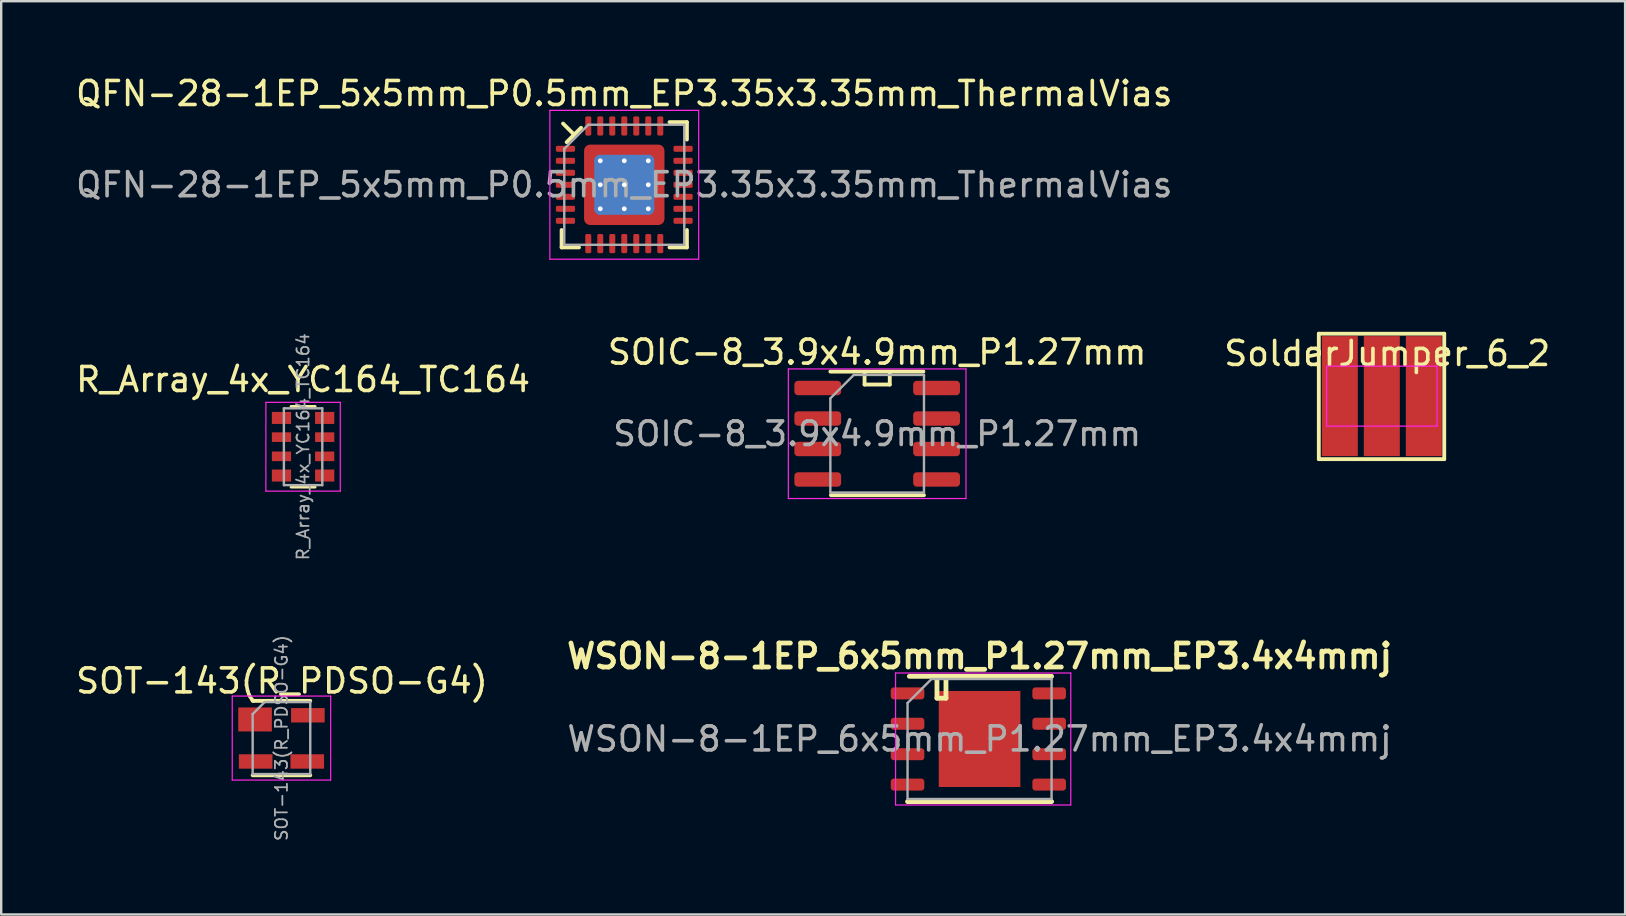
<source format=kicad_pcb>
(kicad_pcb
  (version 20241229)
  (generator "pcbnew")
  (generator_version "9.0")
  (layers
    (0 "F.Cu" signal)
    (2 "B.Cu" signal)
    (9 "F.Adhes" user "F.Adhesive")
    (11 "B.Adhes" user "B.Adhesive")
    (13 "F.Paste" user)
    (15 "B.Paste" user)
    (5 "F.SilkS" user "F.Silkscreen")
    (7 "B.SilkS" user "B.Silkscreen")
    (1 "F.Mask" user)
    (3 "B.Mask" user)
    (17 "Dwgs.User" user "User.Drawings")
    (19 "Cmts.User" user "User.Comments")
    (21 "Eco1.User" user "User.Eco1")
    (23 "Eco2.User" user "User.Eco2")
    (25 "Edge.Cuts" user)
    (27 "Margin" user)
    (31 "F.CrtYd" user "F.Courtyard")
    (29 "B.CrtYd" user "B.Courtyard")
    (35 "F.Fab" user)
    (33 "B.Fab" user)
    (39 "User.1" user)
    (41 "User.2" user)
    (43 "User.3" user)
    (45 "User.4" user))
  (footprint "SOIC-8_3.9x4.9mm_P1.27mm"
    (layer "F.Cu")
    (at 33.494 15.021)
    (property "Reference" "SOIC-8_3.9x4.9mm_P1.27mm" (at 0 -3.4 0) (layer "F.SilkS") (effects (font (size 1 1) (thickness 0.15))))
    (attr smd)
    (fp_line (start -1.95 -2.59) (end 1.925 -2.59) (stroke (width 0.16) (type solid)) (layer "F.SilkS"))
    (fp_line (start -1.925 2.56) (end 1.95 2.56) (stroke (width 0.16) (type solid)) (layer "F.SilkS"))
    (fp_line (start -0.525 -2.575) (end -0.525 -2.05) (stroke (width 0.16) (type solid)) (layer "F.SilkS"))
    (fp_line (start -0.525 -2.05) (end 0.525 -2.05) (stroke (width 0.16) (type solid)) (layer "F.SilkS"))
    (fp_line (start 0.525 -2.05) (end 0.525 -2.575) (stroke (width 0.16) (type solid)) (layer "F.SilkS"))
    (fp_line (start -3.7 -2.7) (end -3.7 2.7) (stroke (width 0.05) (type solid)) (layer "F.CrtYd"))
    (fp_line (start -3.7 2.7) (end 3.7 2.7) (stroke (width 0.05) (type solid)) (layer "F.CrtYd"))
    (fp_line (start 3.7 -2.7) (end -3.7 -2.7) (stroke (width 0.05) (type solid)) (layer "F.CrtYd"))
    (fp_line (start 3.7 2.7) (end 3.7 -2.7) (stroke (width 0.05) (type solid)) (layer "F.CrtYd"))
    (fp_line (start -1.95 -1.475) (end -0.975 -2.45) (stroke (width 0.1) (type solid)) (layer "F.Fab"))
    (fp_line (start -1.95 2.45) (end -1.95 -1.475) (stroke (width 0.1) (type solid)) (layer "F.Fab"))
    (fp_line (start -0.975 -2.45) (end 1.95 -2.45) (stroke (width 0.1) (type solid)) (layer "F.Fab"))
    (fp_line (start 1.95 -2.45) (end 1.95 2.45) (stroke (width 0.1) (type solid)) (layer "F.Fab"))
    (fp_line (start 1.95 2.45) (end -1.95 2.45) (stroke (width 0.1) (type solid)) (layer "F.Fab"))
    (fp_text user "${REFERENCE}" (at 0 0 0) (layer "F.Fab") (effects (font (size 0.98 0.98) (thickness 0.15))))
    (pad "1" smd roundrect (at -2.475 -1.905) (size 1.95 0.6) (layers "F.Cu" "F.Mask" "F.Paste") (roundrect_rratio 0.25))
    (pad "2" smd roundrect (at -2.475 -0.635) (size 1.95 0.6) (layers "F.Cu" "F.Mask" "F.Paste") (roundrect_rratio 0.25))
    (pad "3" smd roundrect (at -2.475 0.635) (size 1.95 0.6) (layers "F.Cu" "F.Mask" "F.Paste") (roundrect_rratio 0.25))
    (pad "4" smd roundrect (at -2.475 1.905) (size 1.95 0.6) (layers "F.Cu" "F.Mask" "F.Paste") (roundrect_rratio 0.25))
    (pad "5" smd roundrect (at 2.475 1.905) (size 1.95 0.6) (layers "F.Cu" "F.Mask" "F.Paste") (roundrect_rratio 0.25))
    (pad "6" smd roundrect (at 2.475 0.635) (size 1.95 0.6) (layers "F.Cu" "F.Mask" "F.Paste") (roundrect_rratio 0.25))
    (pad "7" smd roundrect (at 2.475 -0.635) (size 1.95 0.6) (layers "F.Cu" "F.Mask" "F.Paste") (roundrect_rratio 0.25))
    (pad "8" smd roundrect (at 2.475 -1.905) (size 1.95 0.6) (layers "F.Cu" "F.Mask" "F.Paste") (roundrect_rratio 0.25)))
  (footprint "WSON-8-1EP_6x5mm_P1.27mm_EP3.4x4mmj"
    (layer "F.Cu")
    (at 37.76 27.737)
    (property "Reference" "WSON-8-1EP_6x5mm_P1.27mm_EP3.4x4mmj" (at 0 -3.45 0) (layer "F.SilkS") (effects (font (size 1 1) (thickness 0.2))))
    (attr smd)
    (fp_line (start -3 2.61) (end 3 2.61) (stroke (width 0.2) (type solid)) (layer "F.SilkS"))
    (fp_line (start -2.925 -2.61) (end 3 -2.61) (stroke (width 0.2) (type solid)) (layer "F.SilkS"))
    (fp_line (start -1.775 -2.575) (end -1.775 -1.7) (stroke (width 0.2) (type solid)) (layer "F.SilkS"))
    (fp_line (start -1.775 -1.7) (end -1.4 -1.7) (stroke (width 0.2) (type solid)) (layer "F.SilkS"))
    (fp_line (start -1.4 -1.7) (end -1.4 -2.575) (stroke (width 0.2) (type solid)) (layer "F.SilkS"))
    (fp_line (start -3.5 -2.75) (end -3.5 2.75) (stroke (width 0.05) (type solid)) (layer "F.CrtYd"))
    (fp_line (start -3.5 2.75) (end 3.8 2.75) (stroke (width 0.05) (type solid)) (layer "F.CrtYd"))
    (fp_line (start 3.8 -2.75) (end -3.5 -2.75) (stroke (width 0.05) (type solid)) (layer "F.CrtYd"))
    (fp_line (start 3.8 2.75) (end 3.8 -2.75) (stroke (width 0.05) (type solid)) (layer "F.CrtYd"))
    (fp_line (start -3 -1.5) (end -2 -2.5) (stroke (width 0.1) (type solid)) (layer "F.Fab"))
    (fp_line (start -3 2.5) (end -3 -1.5) (stroke (width 0.1) (type solid)) (layer "F.Fab"))
    (fp_line (start -2 -2.5) (end 3 -2.5) (stroke (width 0.1) (type solid)) (layer "F.Fab"))
    (fp_line (start 3 -2.5) (end 3 2.5) (stroke (width 0.1) (type solid)) (layer "F.Fab"))
    (fp_line (start 3 2.5) (end -3 2.5) (stroke (width 0.1) (type solid)) (layer "F.Fab"))
    (fp_text user "${REFERENCE}" (at 0 0 0) (layer "F.Fab") (effects (font (size 1 1) (thickness 0.15))))
    (pad "" smd roundrect (at -0.85 -1) (size 1.37 1.61) (layers "F.Paste") (roundrect_rratio 0.182))
    (pad "" smd roundrect (at -0.85 1) (size 1.37 1.61) (layers "F.Paste") (roundrect_rratio 0.182))
    (pad "" smd roundrect (at 0.85 -1) (size 1.37 1.61) (layers "F.Paste") (roundrect_rratio 0.182))
    (pad "" smd roundrect (at 0.85 1) (size 1.37 1.61) (layers "F.Paste") (roundrect_rratio 0.182))
    (pad "1" smd roundrect (at -3 -1.9) (size 1.4 0.5) (layers "F.Cu" "F.Mask" "F.Paste") (roundrect_rratio 0.25))
    (pad "2" smd roundrect (at -3 -0.635) (size 1.4 0.5) (layers "F.Cu" "F.Mask" "F.Paste") (roundrect_rratio 0.25))
    (pad "3" smd roundrect (at -3 0.635) (size 1.4 0.5) (layers "F.Cu" "F.Mask" "F.Paste") (roundrect_rratio 0.25))
    (pad "4" smd roundrect (at -3 1.9) (size 1.4 0.5) (layers "F.Cu" "F.Mask" "F.Paste") (roundrect_rratio 0.25))
    (pad "5" smd roundrect (at 2.9 1.9) (size 1.4 0.5) (layers "F.Cu" "F.Mask" "F.Paste") (roundrect_rratio 0.25))
    (pad "6" smd roundrect (at 2.9 0.635) (size 1.4 0.5) (layers "F.Cu" "F.Mask" "F.Paste") (roundrect_rratio 0.25))
    (pad "7" smd roundrect (at 2.9 -0.635) (size 1.4 0.5) (layers "F.Cu" "F.Mask" "F.Paste") (roundrect_rratio 0.25))
    (pad "8" smd roundrect (at 2.9 -1.9) (size 1.4 0.5) (layers "F.Cu" "F.Mask" "F.Paste") (roundrect_rratio 0.25))
    (pad "9" smd rect (at 0 0) (size 3.4 4) (layers "F.Cu" "F.Mask")))
  (footprint "R_Array_4x_YC164_TC164"
    (layer "F.Cu")
    (at 9.577 15.562)
    (property "Reference" "R_Array_4x_YC164_TC164" (at 0 -2.8 0) (layer "F.SilkS") (effects (font (size 1 1) (thickness 0.15))))
    (attr smd)
    (fp_line (start 0.5 -1.68) (end -0.5 -1.68) (stroke (width 0.12) (type solid)) (layer "F.SilkS"))
    (fp_line (start 0.5 1.68) (end -0.5 1.68) (stroke (width 0.12) (type solid)) (layer "F.SilkS"))
    (fp_line (start -1.55 -1.85) (end -1.55 1.85) (stroke (width 0.05) (type solid)) (layer "F.CrtYd"))
    (fp_line (start -1.55 -1.85) (end 1.55 -1.85) (stroke (width 0.05) (type solid)) (layer "F.CrtYd"))
    (fp_line (start 1.55 1.85) (end -1.55 1.85) (stroke (width 0.05) (type solid)) (layer "F.CrtYd"))
    (fp_line (start 1.55 1.85) (end 1.55 -1.85) (stroke (width 0.05) (type solid)) (layer "F.CrtYd"))
    (fp_line (start -0.8 -1.6) (end 0.8 -1.6) (stroke (width 0.1) (type solid)) (layer "F.Fab"))
    (fp_line (start -0.8 1.6) (end -0.8 -1.6) (stroke (width 0.1) (type solid)) (layer "F.Fab"))
    (fp_line (start 0.8 -1.6) (end 0.8 1.6) (stroke (width 0.1) (type solid)) (layer "F.Fab"))
    (fp_line (start 0.8 1.6) (end -0.8 1.6) (stroke (width 0.1) (type solid)) (layer "F.Fab"))
    (fp_text user "${REFERENCE}" (at 0 0 90) (layer "F.Fab") (effects (font (size 0.5 0.5) (thickness 0.075))))
    (pad "1" smd rect (at -0.9 -1.2) (size 0.8 0.5) (layers "F.Cu" "F.Mask" "F.Paste"))
    (pad "2" smd rect (at -0.9 -0.4) (size 0.8 0.4) (layers "F.Cu" "F.Mask" "F.Paste"))
    (pad "3" smd rect (at -0.9 0.4) (size 0.8 0.4) (layers "F.Cu" "F.Mask" "F.Paste"))
    (pad "4" smd rect (at -0.9 1.2) (size 0.8 0.5) (layers "F.Cu" "F.Mask" "F.Paste"))
    (pad "5" smd rect (at 0.9 1.2) (size 0.8 0.5) (layers "F.Cu" "F.Mask" "F.Paste"))
    (pad "6" smd rect (at 0.9 0.4) (size 0.8 0.4) (layers "F.Cu" "F.Mask" "F.Paste"))
    (pad "7" smd rect (at 0.9 -0.4) (size 0.8 0.4) (layers "F.Cu" "F.Mask" "F.Paste"))
    (pad "8" smd rect (at 0.9 -1.2) (size 0.8 0.5) (layers "F.Cu" "F.Mask" "F.Paste")))
  (footprint "QFN-28-1EP_5x5mm_P0.5mm_EP3.35x3.35mm_ThermalVias"
    (layer "F.Cu")
    (at 22.958 4.648)
    (property "Reference" "QFN-28-1EP_5x5mm_P0.5mm_EP3.35x3.35mm_ThermalVias" (at 0 -3.8 0) (layer "F.SilkS") (effects (font (size 1 1) (thickness 0.15))))
    (attr smd)
    (fp_line (start -2.61 2.61) (end -2.61 1.885) (stroke (width 0.16) (type solid)) (layer "F.SilkS"))
    (fp_line (start -2.1 -2.1) (end -2.55 -2.55) (stroke (width 0.16) (type solid)) (layer "F.SilkS"))
    (fp_line (start -1.885 2.61) (end -2.61 2.61) (stroke (width 0.16) (type solid)) (layer "F.SilkS"))
    (fp_line (start -1.8 -2.375) (end -2.4 -1.775) (stroke (width 0.16) (type solid)) (layer "F.SilkS"))
    (fp_line (start 1.885 -2.61) (end 2.61 -2.61) (stroke (width 0.16) (type solid)) (layer "F.SilkS"))
    (fp_line (start 1.885 2.61) (end 2.61 2.61) (stroke (width 0.16) (type solid)) (layer "F.SilkS"))
    (fp_line (start 2.61 -2.61) (end 2.61 -1.885) (stroke (width 0.16) (type solid)) (layer "F.SilkS"))
    (fp_line (start 2.61 2.61) (end 2.61 1.885) (stroke (width 0.16) (type solid)) (layer "F.SilkS"))
    (fp_line (start -3.1 -3.1) (end -3.1 3.1) (stroke (width 0.05) (type solid)) (layer "F.CrtYd"))
    (fp_line (start -3.1 3.1) (end 3.1 3.1) (stroke (width 0.05) (type solid)) (layer "F.CrtYd"))
    (fp_line (start 3.1 -3.1) (end -3.1 -3.1) (stroke (width 0.05) (type solid)) (layer "F.CrtYd"))
    (fp_line (start 3.1 3.1) (end 3.1 -3.1) (stroke (width 0.05) (type solid)) (layer "F.CrtYd"))
    (fp_line (start -2.5 -1.5) (end -1.5 -2.5) (stroke (width 0.1) (type solid)) (layer "F.Fab"))
    (fp_line (start -2.5 2.5) (end -2.5 -1.5) (stroke (width 0.1) (type solid)) (layer "F.Fab"))
    (fp_line (start -1.5 -2.5) (end 2.5 -2.5) (stroke (width 0.1) (type solid)) (layer "F.Fab"))
    (fp_line (start 2.5 -2.5) (end 2.5 2.5) (stroke (width 0.1) (type solid)) (layer "F.Fab"))
    (fp_line (start 2.5 2.5) (end -2.5 2.5) (stroke (width 0.1) (type solid)) (layer "F.Fab"))
    (fp_text user "${REFERENCE}" (at 0 0 0) (layer "F.Fab") (effects (font (size 1 1) (thickness 0.15))))
    (pad "" smd custom (at -1.337 -1.337) (size 0.437 0.437) (layers "F.Paste") (options (anchor circle)) (primitives (gr_poly (pts (xy -0.165 -0.165) (xy 0.165 -0.165) (xy 0.165 0.076) (xy 0.076 0.165) (xy -0.165 0.165)) (width 0.215) (fill yes))))
    (pad "" smd custom (at -1.337 -0.5) (size 0.459 0.459) (layers "F.Paste") (options (anchor circle)) (primitives (gr_poly (pts (xy -0.187 -0.318) (xy 0.116 -0.318) (xy 0.187 -0.247) (xy 0.187 0.247) (xy 0.116 0.318) (xy -0.187 0.318)) (width 0.17) (fill yes))))
    (pad "" smd custom (at -1.337 0.5) (size 0.459 0.459) (layers "F.Paste") (options (anchor circle)) (primitives (gr_poly (pts (xy -0.187 -0.318) (xy 0.116 -0.318) (xy 0.187 -0.247) (xy 0.187 0.247) (xy 0.116 0.318) (xy -0.187 0.318)) (width 0.17) (fill yes))))
    (pad "" smd custom (at -1.337 1.337) (size 0.437 0.437) (layers "F.Paste") (options (anchor circle)) (primitives (gr_poly (pts (xy -0.165 -0.165) (xy 0.076 -0.165) (xy 0.165 -0.076) (xy 0.165 0.165) (xy -0.165 0.165)) (width 0.215) (fill yes))))
    (pad "" smd custom (at -0.5 -1.337) (size 0.459 0.459) (layers "F.Paste") (options (anchor circle)) (primitives (gr_poly (pts (xy -0.318 -0.187) (xy 0.318 -0.187) (xy 0.318 0.116) (xy 0.247 0.187) (xy -0.247 0.187) (xy -0.318 0.116)) (width 0.17) (fill yes))))
    (pad "" smd roundrect (at -0.5 -0.5) (size 0.806 0.806) (layers "F.Paste") (roundrect_rratio 0.25))
    (pad "" smd roundrect (at -0.5 0.5) (size 0.806 0.806) (layers "F.Paste") (roundrect_rratio 0.25))
    (pad "" smd custom (at -0.5 1.337) (size 0.459 0.459) (layers "F.Paste") (options (anchor circle)) (primitives (gr_poly (pts (xy -0.318 -0.116) (xy -0.247 -0.187) (xy 0.247 -0.187) (xy 0.318 -0.116) (xy 0.318 0.187) (xy -0.318 0.187)) (width 0.17) (fill yes))))
    (pad "" smd custom (at 0.5 -1.337) (size 0.459 0.459) (layers "F.Paste") (options (anchor circle)) (primitives (gr_poly (pts (xy -0.318 -0.187) (xy 0.318 -0.187) (xy 0.318 0.116) (xy 0.247 0.187) (xy -0.247 0.187) (xy -0.318 0.116)) (width 0.17) (fill yes))))
    (pad "" smd roundrect (at 0.5 -0.5) (size 0.806 0.806) (layers "F.Paste") (roundrect_rratio 0.25))
    (pad "" smd roundrect (at 0.5 0.5) (size 0.806 0.806) (layers "F.Paste") (roundrect_rratio 0.25))
    (pad "" smd custom (at 0.5 1.337) (size 0.459 0.459) (layers "F.Paste") (options (anchor circle)) (primitives (gr_poly (pts (xy -0.318 -0.116) (xy -0.247 -0.187) (xy 0.247 -0.187) (xy 0.318 -0.116) (xy 0.318 0.187) (xy -0.318 0.187)) (width 0.17) (fill yes))))
    (pad "" smd custom (at 1.337 -1.337) (size 0.437 0.437) (layers "F.Paste") (options (anchor circle)) (primitives (gr_poly (pts (xy -0.165 -0.165) (xy 0.165 -0.165) (xy 0.165 0.165) (xy -0.076 0.165) (xy -0.165 0.076)) (width 0.215) (fill yes))))
    (pad "" smd custom (at 1.337 -0.5) (size 0.459 0.459) (layers "F.Paste") (options (anchor circle)) (primitives (gr_poly (pts (xy -0.187 -0.247) (xy -0.116 -0.318) (xy 0.187 -0.318) (xy 0.187 0.318) (xy -0.116 0.318) (xy -0.187 0.247)) (width 0.17) (fill yes))))
    (pad "" smd custom (at 1.337 0.5) (size 0.459 0.459) (layers "F.Paste") (options (anchor circle)) (primitives (gr_poly (pts (xy -0.187 -0.247) (xy -0.116 -0.318) (xy 0.187 -0.318) (xy 0.187 0.318) (xy -0.116 0.318) (xy -0.187 0.247)) (width 0.17) (fill yes))))
    (pad "" smd custom (at 1.337 1.337) (size 0.437 0.437) (layers "F.Paste") (options (anchor circle)) (primitives (gr_poly (pts (xy -0.165 -0.076) (xy -0.076 -0.165) (xy 0.165 -0.165) (xy 0.165 0.165) (xy -0.165 0.165)) (width 0.215) (fill yes))))
    (pad "1" smd roundrect (at -2.45 -1.5) (size 0.8 0.25) (layers "F.Cu" "F.Mask" "F.Paste") (roundrect_rratio 0.25))
    (pad "2" smd roundrect (at -2.45 -1) (size 0.8 0.25) (layers "F.Cu" "F.Mask" "F.Paste") (roundrect_rratio 0.25))
    (pad "3" smd roundrect (at -2.45 -0.5) (size 0.8 0.25) (layers "F.Cu" "F.Mask" "F.Paste") (roundrect_rratio 0.25))
    (pad "4" smd roundrect (at -2.45 0) (size 0.8 0.25) (layers "F.Cu" "F.Mask" "F.Paste") (roundrect_rratio 0.25))
    (pad "5" smd roundrect (at -2.45 0.5) (size 0.8 0.25) (layers "F.Cu" "F.Mask" "F.Paste") (roundrect_rratio 0.25))
    (pad "6" smd roundrect (at -2.45 1) (size 0.8 0.25) (layers "F.Cu" "F.Mask" "F.Paste") (roundrect_rratio 0.25))
    (pad "7" smd roundrect (at -2.45 1.5) (size 0.8 0.25) (layers "F.Cu" "F.Mask" "F.Paste") (roundrect_rratio 0.25))
    (pad "8" smd roundrect (at -1.5 2.45) (size 0.25 0.8) (layers "F.Cu" "F.Mask" "F.Paste") (roundrect_rratio 0.25))
    (pad "9" smd roundrect (at -1 2.45) (size 0.25 0.8) (layers "F.Cu" "F.Mask" "F.Paste") (roundrect_rratio 0.25))
    (pad "10" smd roundrect (at -0.5 2.45) (size 0.25 0.8) (layers "F.Cu" "F.Mask" "F.Paste") (roundrect_rratio 0.25))
    (pad "11" smd roundrect (at 0 2.45) (size 0.25 0.8) (layers "F.Cu" "F.Mask" "F.Paste") (roundrect_rratio 0.25))
    (pad "12" smd roundrect (at 0.5 2.45) (size 0.25 0.8) (layers "F.Cu" "F.Mask" "F.Paste") (roundrect_rratio 0.25))
    (pad "13" smd roundrect (at 1 2.45) (size 0.25 0.8) (layers "F.Cu" "F.Mask" "F.Paste") (roundrect_rratio 0.25))
    (pad "14" smd roundrect (at 1.5 2.45) (size 0.25 0.8) (layers "F.Cu" "F.Mask" "F.Paste") (roundrect_rratio 0.25))
    (pad "15" smd roundrect (at 2.45 1.5) (size 0.8 0.25) (layers "F.Cu" "F.Mask" "F.Paste") (roundrect_rratio 0.25))
    (pad "16" smd roundrect (at 2.45 1) (size 0.8 0.25) (layers "F.Cu" "F.Mask" "F.Paste") (roundrect_rratio 0.25))
    (pad "17" smd roundrect (at 2.45 0.5) (size 0.8 0.25) (layers "F.Cu" "F.Mask" "F.Paste") (roundrect_rratio 0.25))
    (pad "18" smd roundrect (at 2.45 0) (size 0.8 0.25) (layers "F.Cu" "F.Mask" "F.Paste") (roundrect_rratio 0.25))
    (pad "19" smd roundrect (at 2.45 -0.5) (size 0.8 0.25) (layers "F.Cu" "F.Mask" "F.Paste") (roundrect_rratio 0.25))
    (pad "20" smd roundrect (at 2.45 -1) (size 0.8 0.25) (layers "F.Cu" "F.Mask" "F.Paste") (roundrect_rratio 0.25))
    (pad "21" smd roundrect (at 2.45 -1.5) (size 0.8 0.25) (layers "F.Cu" "F.Mask" "F.Paste") (roundrect_rratio 0.25))
    (pad "22" smd roundrect (at 1.5 -2.45) (size 0.25 0.8) (layers "F.Cu" "F.Mask" "F.Paste") (roundrect_rratio 0.25))
    (pad "23" smd roundrect (at 1 -2.45) (size 0.25 0.8) (layers "F.Cu" "F.Mask" "F.Paste") (roundrect_rratio 0.25))
    (pad "24" smd roundrect (at 0.5 -2.45) (size 0.25 0.8) (layers "F.Cu" "F.Mask" "F.Paste") (roundrect_rratio 0.25))
    (pad "25" smd roundrect (at 0 -2.45) (size 0.25 0.8) (layers "F.Cu" "F.Mask" "F.Paste") (roundrect_rratio 0.25))
    (pad "26" smd roundrect (at -0.5 -2.45) (size 0.25 0.8) (layers "F.Cu" "F.Mask" "F.Paste") (roundrect_rratio 0.25))
    (pad "27" smd roundrect (at -1 -2.45) (size 0.25 0.8) (layers "F.Cu" "F.Mask" "F.Paste") (roundrect_rratio 0.25))
    (pad "28" smd roundrect (at -1.5 -2.45) (size 0.25 0.8) (layers "F.Cu" "F.Mask" "F.Paste") (roundrect_rratio 0.25))
    (pad "29" thru_hole circle (at -1 -1) (size 0.5 0.5) (drill 0.2) (layers "*.Cu"))
    (pad "29" thru_hole circle (at -1 0) (size 0.5 0.5) (drill 0.2) (layers "*.Cu"))
    (pad "29" thru_hole circle (at -1 1) (size 0.5 0.5) (drill 0.2) (layers "*.Cu"))
    (pad "29" thru_hole circle (at 0 -1) (size 0.5 0.5) (drill 0.2) (layers "*.Cu"))
    (pad "29" thru_hole circle (at 0 0) (size 0.5 0.5) (drill 0.2) (layers "*.Cu"))
    (pad "29" smd roundrect (at 0 0) (size 2.5 2.5) (layers "B.Cu") (roundrect_rratio 0.1))
    (pad "29" smd roundrect (at 0 0) (size 3.35 3.35) (layers "F.Cu" "F.Mask") (roundrect_rratio 0.075))
    (pad "29" thru_hole circle (at 0 1) (size 0.5 0.5) (drill 0.2) (layers "*.Cu"))
    (pad "29" thru_hole circle (at 1 -1) (size 0.5 0.5) (drill 0.2) (layers "*.Cu"))
    (pad "29" thru_hole circle (at 1 0) (size 0.5 0.5) (drill 0.2) (layers "*.Cu"))
    (pad "29" thru_hole circle (at 1 1) (size 0.5 0.5) (drill 0.2) (layers "*.Cu")))
  (footprint "SolderJumper_6_2"
    (layer "F.Cu")
    (at 54.519 13.453)
    (property "Reference" "SolderJumper_6_2" (at 0.225 -1.775 0) (layer "F.SilkS") (effects (font (size 1 1) (thickness 0.15))))
    (attr exclude_from_pos_files exclude_from_bom)
    (fp_line (start -2.625 -2.6) (end 2.6 -2.6) (stroke (width 0.16) (type solid)) (layer "F.SilkS"))
    (fp_line (start -2.625 2.625) (end -2.625 -2.6) (stroke (width 0.16) (type solid)) (layer "F.SilkS"))
    (fp_line (start 2.6 -2.6) (end 2.6 2.625) (stroke (width 0.16) (type solid)) (layer "F.SilkS"))
    (fp_line (start 2.6 2.625) (end -2.625 2.625) (stroke (width 0.16) (type solid)) (layer "F.SilkS"))
    (fp_line (start -2.3 -1.25) (end -2.3 1.25) (stroke (width 0.05) (type solid)) (layer "F.CrtYd"))
    (fp_line (start -2.3 -1.25) (end 2.3 -1.25) (stroke (width 0.05) (type solid)) (layer "F.CrtYd"))
    (fp_line (start 2.3 1.25) (end -2.3 1.25) (stroke (width 0.05) (type solid)) (layer "F.CrtYd"))
    (fp_line (start 2.3 1.25) (end 2.3 -1.25) (stroke (width 0.05) (type solid)) (layer "F.CrtYd"))
    (pad "1" smd rect (at -1.75 0) (size 1.5 5) (layers "F.Cu" "F.Mask"))
    (pad "2" smd rect (at 0 0) (size 1.5 5) (layers "F.Cu" "F.Mask"))
    (pad "3" smd rect (at 1.75 0) (size 1.5 5) (layers "F.Cu" "F.Mask")))
  (footprint "SOT-143(R_PDSO-G4)"
    (layer "F.Cu")
    (at 8.676 27.699)
    (property "Reference" "SOT-143(R_PDSO-G4)" (at 0.02 -2.38 0) (layer "F.SilkS") (effects (font (size 1 1) (thickness 0.15))))
    (attr smd)
    (fp_line (start -1.2 1.55) (end 1.2 1.55) (stroke (width 0.16) (type solid)) (layer "F.SilkS"))
    (fp_line (start 1.2 -1.55) (end -1.2 -1.55) (stroke (width 0.16) (type solid)) (layer "F.SilkS"))
    (fp_line (start -2.05 1.75) (end -2.05 -1.75) (stroke (width 0.05) (type solid)) (layer "F.CrtYd"))
    (fp_line (start -2.05 1.75) (end 2.05 1.75) (stroke (width 0.05) (type solid)) (layer "F.CrtYd"))
    (fp_line (start 2.05 -1.75) (end -2.05 -1.75) (stroke (width 0.05) (type solid)) (layer "F.CrtYd"))
    (fp_line (start 2.05 -1.75) (end 2.05 1.75) (stroke (width 0.05) (type solid)) (layer "F.CrtYd"))
    (fp_line (start -1.2 -1) (end -0.7 -1.5) (stroke (width 0.1) (type solid)) (layer "F.Fab"))
    (fp_line (start -1.2 1.5) (end -1.2 -1) (stroke (width 0.1) (type solid)) (layer "F.Fab"))
    (fp_line (start -0.7 -1.5) (end 1.2 -1.5) (stroke (width 0.1) (type solid)) (layer "F.Fab"))
    (fp_line (start 1.2 -1.5) (end 1.2 1.5) (stroke (width 0.1) (type solid)) (layer "F.Fab"))
    (fp_line (start 1.2 1.5) (end -1.2 1.5) (stroke (width 0.1) (type solid)) (layer "F.Fab"))
    (fp_text user "${REFERENCE}" (at 0 0 90) (layer "F.Fab") (effects (font (size 0.5 0.5) (thickness 0.075))))
    (pad "1" smd rect (at -1.1 -0.775 270) (size 1 1.4) (layers "F.Cu" "F.Mask" "F.Paste"))
    (pad "2" smd rect (at -1.075 0.975 270) (size 0.6 1.4) (layers "F.Cu" "F.Mask" "F.Paste"))
    (pad "3" smd rect (at 1.075 0.975 270) (size 0.6 1.4) (layers "F.Cu" "F.Mask" "F.Paste"))
    (pad "4" smd rect (at 1.1 -0.95 270) (size 0.6 1.4) (layers "F.Cu" "F.Mask" "F.Paste")))
  (gr_rect
    (start -3 -3)
    (end 64.655 35.047)
    (stroke (width 0.1) (type default))
    (fill no)
    (layer "Edge.Cuts")))
</source>
